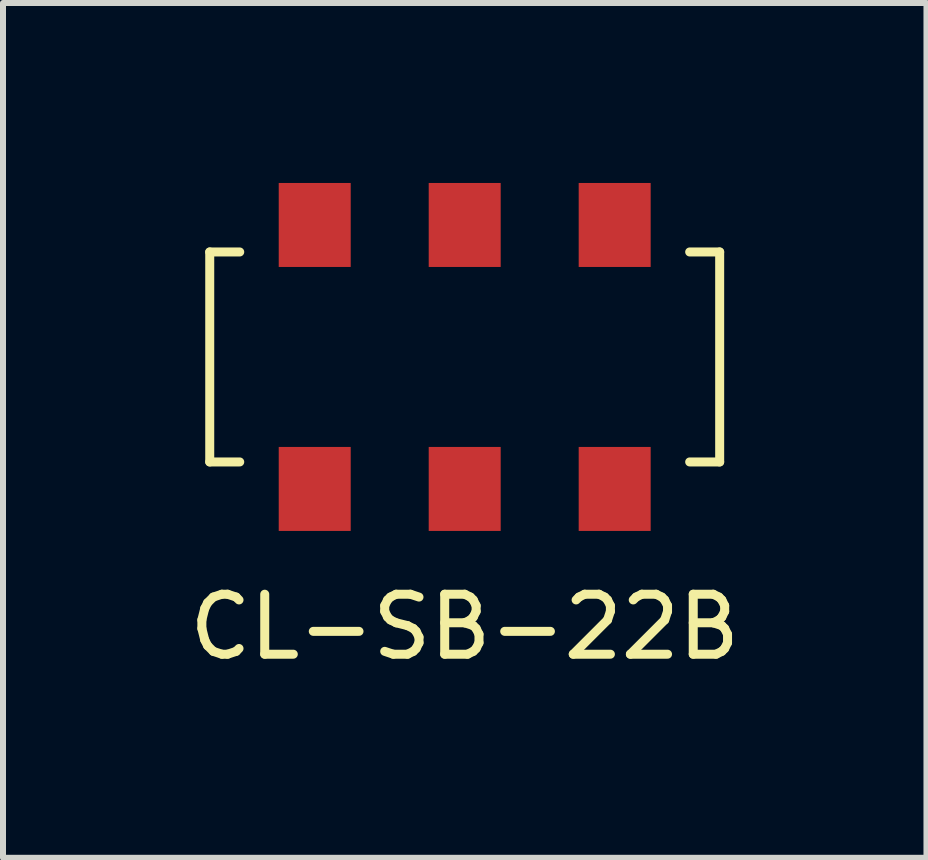
<source format=kicad_pcb>
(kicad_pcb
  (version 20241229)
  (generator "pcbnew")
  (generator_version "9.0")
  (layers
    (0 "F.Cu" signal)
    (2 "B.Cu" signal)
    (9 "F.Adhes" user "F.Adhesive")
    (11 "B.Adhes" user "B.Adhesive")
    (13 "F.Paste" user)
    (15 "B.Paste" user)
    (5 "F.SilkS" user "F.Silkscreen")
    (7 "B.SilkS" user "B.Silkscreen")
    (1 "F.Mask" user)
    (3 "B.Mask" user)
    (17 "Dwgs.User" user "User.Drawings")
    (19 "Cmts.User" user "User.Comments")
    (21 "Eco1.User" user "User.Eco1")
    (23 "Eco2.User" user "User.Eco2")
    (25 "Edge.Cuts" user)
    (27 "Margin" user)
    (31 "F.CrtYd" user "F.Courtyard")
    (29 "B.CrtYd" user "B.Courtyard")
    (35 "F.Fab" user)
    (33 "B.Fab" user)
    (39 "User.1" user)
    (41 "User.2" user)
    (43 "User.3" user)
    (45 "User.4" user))
  (footprint "CL-SB-22B"
    (layer "F.Cu")
    (at 4.696 2.9)
    (property "Reference" "CL-SB-22B" (at 0 4.5 0) (layer "F.SilkS") (effects (font (size 1 1) (thickness 0.15))))
    (attr through_hole)
    (fp_line (start -4.25 -1.75) (end -4.25 1.75) (stroke (width 0.15) (type solid)) (layer "F.SilkS"))
    (fp_line (start -4.25 -1.75) (end -3.75 -1.75) (stroke (width 0.15) (type solid)) (layer "F.SilkS"))
    (fp_line (start -4.25 1.75) (end -3.75 1.75) (stroke (width 0.15) (type solid)) (layer "F.SilkS"))
    (fp_line (start 3.75 -1.75) (end 4.25 -1.75) (stroke (width 0.15) (type solid)) (layer "F.SilkS"))
    (fp_line (start 3.75 1.75) (end 4.25 1.75) (stroke (width 0.15) (type solid)) (layer "F.SilkS"))
    (fp_line (start 4.25 -1.75) (end 4.25 1.75) (stroke (width 0.15) (type solid)) (layer "F.SilkS"))
    (pad "1" smd rect (at -2.5 2.2) (size 1.2 1.4) (layers "F.Cu" "F.Mask" "F.Paste"))
    (pad "2" smd rect (at 0 2.2) (size 1.2 1.4) (layers "F.Cu" "F.Mask" "F.Paste"))
    (pad "3" smd rect (at 2.5 2.2) (size 1.2 1.4) (layers "F.Cu" "F.Mask" "F.Paste"))
    (pad "4" smd rect (at -2.5 -2.2) (size 1.2 1.4) (layers "F.Cu" "F.Mask" "F.Paste"))
    (pad "5" smd rect (at 0 -2.2) (size 1.2 1.4) (layers "F.Cu" "F.Mask" "F.Paste"))
    (pad "6" smd rect (at 2.5 -2.2) (size 1.2 1.4) (layers "F.Cu" "F.Mask" "F.Paste")))
  (gr_rect
    (start -3 -3)
    (end 12.393 11.248)
    (stroke (width 0.1) (type default))
    (fill no)
    (layer "Edge.Cuts")))
</source>
